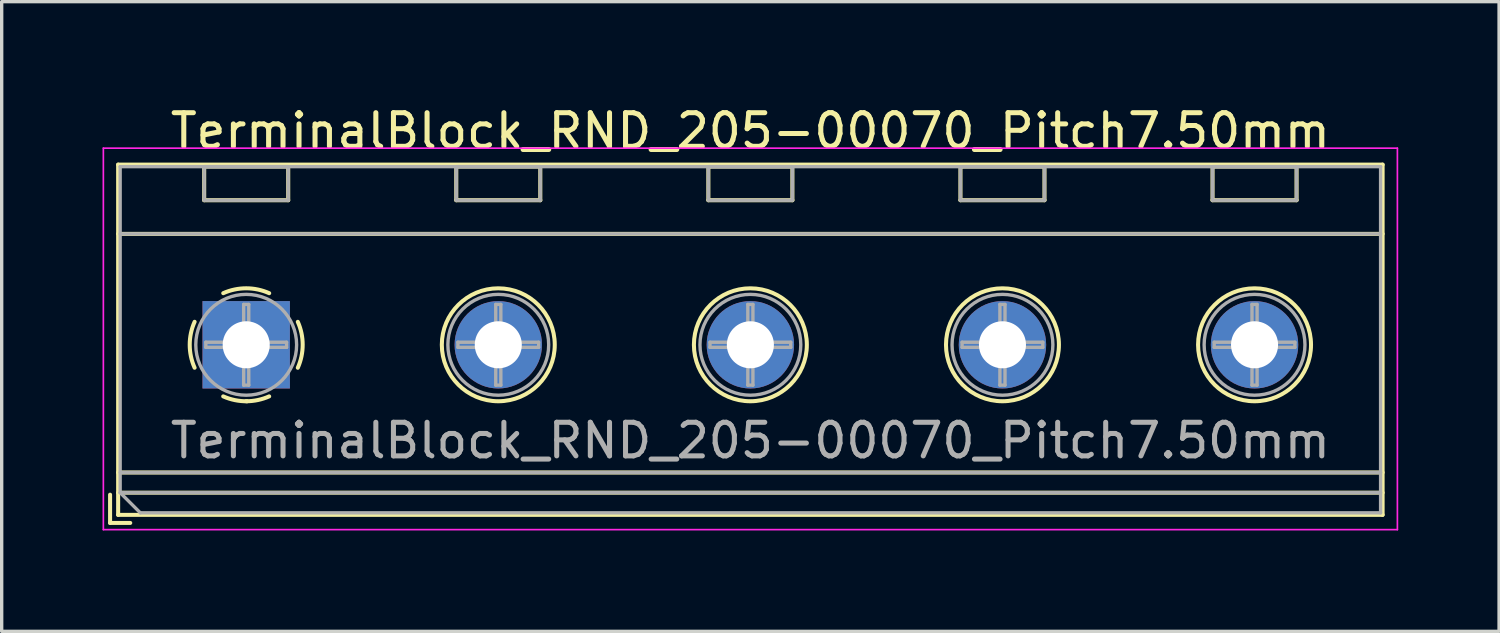
<source format=kicad_pcb>
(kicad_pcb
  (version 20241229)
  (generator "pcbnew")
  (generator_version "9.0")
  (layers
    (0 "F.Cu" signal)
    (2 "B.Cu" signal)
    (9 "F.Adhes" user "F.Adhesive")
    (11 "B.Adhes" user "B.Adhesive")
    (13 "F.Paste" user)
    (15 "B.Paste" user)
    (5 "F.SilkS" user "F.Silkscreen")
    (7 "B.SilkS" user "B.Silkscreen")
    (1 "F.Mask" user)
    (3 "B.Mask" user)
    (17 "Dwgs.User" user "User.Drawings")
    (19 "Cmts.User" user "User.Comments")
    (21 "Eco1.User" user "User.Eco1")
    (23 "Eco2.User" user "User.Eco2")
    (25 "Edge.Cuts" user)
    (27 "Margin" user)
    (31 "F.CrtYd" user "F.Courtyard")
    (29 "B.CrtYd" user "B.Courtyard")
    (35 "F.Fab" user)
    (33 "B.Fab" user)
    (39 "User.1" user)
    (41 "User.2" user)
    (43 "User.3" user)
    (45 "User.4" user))
  (footprint "TerminalBlock_RND_205-00070_Pitch7.50mm"
    (layer "F.Cu")
    (at 4.275 7.208)
    (property "Reference" "TerminalBlock_RND_205-00070_Pitch7.50mm" (at 15 -6.36 0) (layer "F.SilkS") (effects (font (size 1 1) (thickness 0.15))))
    (attr through_hole)
    (fp_line (start -4.05 4.46) (end -4.05 5.3) (stroke (width 0.12) (type solid)) (layer "F.SilkS"))
    (fp_line (start -4.05 5.3) (end -3.45 5.3) (stroke (width 0.12) (type solid)) (layer "F.SilkS"))
    (fp_line (start -3.81 -5.36) (end -3.81 5.06) (stroke (width 0.12) (type solid)) (layer "F.SilkS"))
    (fp_line (start -3.81 -3.3) (end 33.81 -3.3) (stroke (width 0.12) (type solid)) (layer "F.SilkS"))
    (fp_line (start -3.81 3.8) (end 33.81 3.8) (stroke (width 0.12) (type solid)) (layer "F.SilkS"))
    (fp_line (start -3.81 4.4) (end 33.81 4.4) (stroke (width 0.12) (type solid)) (layer "F.SilkS"))
    (fp_line (start -3.81 5.06) (end 33.81 5.06) (stroke (width 0.12) (type solid)) (layer "F.SilkS"))
    (fp_line (start -1.25 -5.301) (end -1.25 -4.301) (stroke (width 0.12) (type solid)) (layer "F.SilkS"))
    (fp_line (start -1.25 -5.301) (end 1.25 -5.301) (stroke (width 0.12) (type solid)) (layer "F.SilkS"))
    (fp_line (start -1.25 -4.301) (end 1.25 -4.301) (stroke (width 0.12) (type solid)) (layer "F.SilkS"))
    (fp_line (start 1.25 -5.301) (end 1.25 -4.301) (stroke (width 0.12) (type solid)) (layer "F.SilkS"))
    (fp_line (start 6.25 -5.301) (end 6.25 -4.301) (stroke (width 0.12) (type solid)) (layer "F.SilkS"))
    (fp_line (start 6.25 -5.301) (end 8.75 -5.301) (stroke (width 0.12) (type solid)) (layer "F.SilkS"))
    (fp_line (start 6.25 -4.301) (end 8.75 -4.301) (stroke (width 0.12) (type solid)) (layer "F.SilkS"))
    (fp_line (start 8.75 -5.301) (end 8.75 -4.301) (stroke (width 0.12) (type solid)) (layer "F.SilkS"))
    (fp_line (start 13.75 -5.301) (end 13.75 -4.301) (stroke (width 0.12) (type solid)) (layer "F.SilkS"))
    (fp_line (start 13.75 -5.301) (end 16.25 -5.301) (stroke (width 0.12) (type solid)) (layer "F.SilkS"))
    (fp_line (start 13.75 -4.301) (end 16.25 -4.301) (stroke (width 0.12) (type solid)) (layer "F.SilkS"))
    (fp_line (start 16.25 -5.301) (end 16.25 -4.301) (stroke (width 0.12) (type solid)) (layer "F.SilkS"))
    (fp_line (start 21.25 -5.301) (end 21.25 -4.301) (stroke (width 0.12) (type solid)) (layer "F.SilkS"))
    (fp_line (start 21.25 -5.301) (end 23.75 -5.301) (stroke (width 0.12) (type solid)) (layer "F.SilkS"))
    (fp_line (start 21.25 -4.301) (end 23.75 -4.301) (stroke (width 0.12) (type solid)) (layer "F.SilkS"))
    (fp_line (start 23.75 -5.301) (end 23.75 -4.301) (stroke (width 0.12) (type solid)) (layer "F.SilkS"))
    (fp_line (start 28.75 -5.301) (end 28.75 -4.301) (stroke (width 0.12) (type solid)) (layer "F.SilkS"))
    (fp_line (start 28.75 -5.301) (end 31.25 -5.301) (stroke (width 0.12) (type solid)) (layer "F.SilkS"))
    (fp_line (start 28.75 -4.301) (end 31.25 -4.301) (stroke (width 0.12) (type solid)) (layer "F.SilkS"))
    (fp_line (start 31.25 -5.301) (end 31.25 -4.301) (stroke (width 0.12) (type solid)) (layer "F.SilkS"))
    (fp_line (start 33.81 -5.36) (end -3.81 -5.36) (stroke (width 0.12) (type solid)) (layer "F.SilkS"))
    (fp_line (start 33.81 5.06) (end 33.81 -5.36) (stroke (width 0.12) (type solid)) (layer "F.SilkS"))
    (fp_arc (start -1.535427 0.683042) (mid -1.680501 -0.000524) (end -1.535 -0.684) (stroke (width 0.12) (type solid)) (layer "F.SilkS"))
    (fp_arc (start -0.683042 -1.535427) (mid 0.000524 -1.680501) (end 0.684 -1.535) (stroke (width 0.12) (type solid)) (layer "F.SilkS"))
    (fp_arc (start 0.028805 1.680253) (mid -0.335551 1.646659) (end -0.684 1.535) (stroke (width 0.12) (type solid)) (layer "F.SilkS"))
    (fp_arc (start 0.683318 1.534756) (mid 0.349292 1.643288) (end 0 1.68) (stroke (width 0.12) (type solid)) (layer "F.SilkS"))
    (fp_arc (start 1.535427 -0.683042) (mid 1.680501 0.000524) (end 1.535 0.684) (stroke (width 0.12) (type solid)) (layer "F.SilkS"))
    (fp_circle (center 7.5 0) (end 9.18 0) (stroke (width 0.12) (type solid)) (fill no) (layer "F.SilkS"))
    (fp_circle (center 15 0) (end 16.68 0) (stroke (width 0.12) (type solid)) (fill no) (layer "F.SilkS"))
    (fp_circle (center 22.5 0) (end 24.18 0) (stroke (width 0.12) (type solid)) (fill no) (layer "F.SilkS"))
    (fp_circle (center 30 0) (end 31.68 0) (stroke (width 0.12) (type solid)) (fill no) (layer "F.SilkS"))
    (fp_line (start -4.25 -5.85) (end -4.25 5.5) (stroke (width 0.05) (type solid)) (layer "F.CrtYd"))
    (fp_line (start -4.25 5.5) (end 34.25 5.5) (stroke (width 0.05) (type solid)) (layer "F.CrtYd"))
    (fp_line (start 34.25 -5.85) (end -4.25 -5.85) (stroke (width 0.05) (type solid)) (layer "F.CrtYd"))
    (fp_line (start 34.25 5.5) (end 34.25 -5.85) (stroke (width 0.05) (type solid)) (layer "F.CrtYd"))
    (fp_line (start -3.75 -5.3) (end 33.75 -5.3) (stroke (width 0.1) (type solid)) (layer "F.Fab"))
    (fp_line (start -3.75 -3.3) (end 33.75 -3.3) (stroke (width 0.1) (type solid)) (layer "F.Fab"))
    (fp_line (start -3.75 3.8) (end 33.75 3.8) (stroke (width 0.1) (type solid)) (layer "F.Fab"))
    (fp_line (start -3.75 4.4) (end -3.75 -5.3) (stroke (width 0.1) (type solid)) (layer "F.Fab"))
    (fp_line (start -3.75 4.4) (end 33.75 4.4) (stroke (width 0.1) (type solid)) (layer "F.Fab"))
    (fp_line (start -3.15 5) (end -3.75 4.4) (stroke (width 0.1) (type solid)) (layer "F.Fab"))
    (fp_line (start -1.25 -5.3) (end -1.25 -4.3) (stroke (width 0.1) (type solid)) (layer "F.Fab"))
    (fp_line (start -1.25 -4.3) (end 1.25 -4.3) (stroke (width 0.1) (type solid)) (layer "F.Fab"))
    (fp_line (start -1.201 -0.076) (end -0.076 -0.076) (stroke (width 0.1) (type solid)) (layer "F.Fab"))
    (fp_line (start -1.201 0.076) (end -1.201 -0.076) (stroke (width 0.1) (type solid)) (layer "F.Fab"))
    (fp_line (start -0.076 -1.201) (end 0.076 -1.201) (stroke (width 0.1) (type solid)) (layer "F.Fab"))
    (fp_line (start -0.076 -0.076) (end -0.076 -1.201) (stroke (width 0.1) (type solid)) (layer "F.Fab"))
    (fp_line (start -0.076 0.076) (end -1.201 0.076) (stroke (width 0.1) (type solid)) (layer "F.Fab"))
    (fp_line (start -0.076 1.201) (end -0.076 0.076) (stroke (width 0.1) (type solid)) (layer "F.Fab"))
    (fp_line (start 0.076 -1.201) (end 0.076 -0.076) (stroke (width 0.1) (type solid)) (layer "F.Fab"))
    (fp_line (start 0.076 -0.076) (end 1.201 -0.076) (stroke (width 0.1) (type solid)) (layer "F.Fab"))
    (fp_line (start 0.076 0.076) (end 0.076 1.201) (stroke (width 0.1) (type solid)) (layer "F.Fab"))
    (fp_line (start 0.076 1.201) (end -0.076 1.201) (stroke (width 0.1) (type solid)) (layer "F.Fab"))
    (fp_line (start 1.201 -0.076) (end 1.201 0.076) (stroke (width 0.1) (type solid)) (layer "F.Fab"))
    (fp_line (start 1.201 0.076) (end 0.076 0.076) (stroke (width 0.1) (type solid)) (layer "F.Fab"))
    (fp_line (start 1.25 -5.3) (end -1.25 -5.3) (stroke (width 0.1) (type solid)) (layer "F.Fab"))
    (fp_line (start 1.25 -4.3) (end 1.25 -5.3) (stroke (width 0.1) (type solid)) (layer "F.Fab"))
    (fp_line (start 6.25 -5.3) (end 6.25 -4.3) (stroke (width 0.1) (type solid)) (layer "F.Fab"))
    (fp_line (start 6.25 -4.3) (end 8.75 -4.3) (stroke (width 0.1) (type solid)) (layer "F.Fab"))
    (fp_line (start 6.299 -0.076) (end 7.424 -0.076) (stroke (width 0.1) (type solid)) (layer "F.Fab"))
    (fp_line (start 6.299 0.076) (end 6.299 -0.076) (stroke (width 0.1) (type solid)) (layer "F.Fab"))
    (fp_line (start 7.424 -1.201) (end 7.576 -1.201) (stroke (width 0.1) (type solid)) (layer "F.Fab"))
    (fp_line (start 7.424 -0.076) (end 7.424 -1.201) (stroke (width 0.1) (type solid)) (layer "F.Fab"))
    (fp_line (start 7.424 0.076) (end 6.299 0.076) (stroke (width 0.1) (type solid)) (layer "F.Fab"))
    (fp_line (start 7.424 1.201) (end 7.424 0.076) (stroke (width 0.1) (type solid)) (layer "F.Fab"))
    (fp_line (start 7.576 -1.201) (end 7.576 -0.076) (stroke (width 0.1) (type solid)) (layer "F.Fab"))
    (fp_line (start 7.576 -0.076) (end 8.701 -0.076) (stroke (width 0.1) (type solid)) (layer "F.Fab"))
    (fp_line (start 7.576 0.076) (end 7.576 1.201) (stroke (width 0.1) (type solid)) (layer "F.Fab"))
    (fp_line (start 7.576 1.201) (end 7.424 1.201) (stroke (width 0.1) (type solid)) (layer "F.Fab"))
    (fp_line (start 8.701 -0.076) (end 8.701 0.076) (stroke (width 0.1) (type solid)) (layer "F.Fab"))
    (fp_line (start 8.701 0.076) (end 7.576 0.076) (stroke (width 0.1) (type solid)) (layer "F.Fab"))
    (fp_line (start 8.75 -5.3) (end 6.25 -5.3) (stroke (width 0.1) (type solid)) (layer "F.Fab"))
    (fp_line (start 8.75 -4.3) (end 8.75 -5.3) (stroke (width 0.1) (type solid)) (layer "F.Fab"))
    (fp_line (start 13.75 -5.3) (end 13.75 -4.3) (stroke (width 0.1) (type solid)) (layer "F.Fab"))
    (fp_line (start 13.75 -4.3) (end 16.25 -4.3) (stroke (width 0.1) (type solid)) (layer "F.Fab"))
    (fp_line (start 13.799 -0.076) (end 14.924 -0.076) (stroke (width 0.1) (type solid)) (layer "F.Fab"))
    (fp_line (start 13.799 0.076) (end 13.799 -0.076) (stroke (width 0.1) (type solid)) (layer "F.Fab"))
    (fp_line (start 14.924 -1.201) (end 15.076 -1.201) (stroke (width 0.1) (type solid)) (layer "F.Fab"))
    (fp_line (start 14.924 -0.076) (end 14.924 -1.201) (stroke (width 0.1) (type solid)) (layer "F.Fab"))
    (fp_line (start 14.924 0.076) (end 13.799 0.076) (stroke (width 0.1) (type solid)) (layer "F.Fab"))
    (fp_line (start 14.924 1.201) (end 14.924 0.076) (stroke (width 0.1) (type solid)) (layer "F.Fab"))
    (fp_line (start 15.076 -1.201) (end 15.076 -0.076) (stroke (width 0.1) (type solid)) (layer "F.Fab"))
    (fp_line (start 15.076 -0.076) (end 16.201 -0.076) (stroke (width 0.1) (type solid)) (layer "F.Fab"))
    (fp_line (start 15.076 0.076) (end 15.076 1.201) (stroke (width 0.1) (type solid)) (layer "F.Fab"))
    (fp_line (start 15.076 1.201) (end 14.924 1.201) (stroke (width 0.1) (type solid)) (layer "F.Fab"))
    (fp_line (start 16.201 -0.076) (end 16.201 0.076) (stroke (width 0.1) (type solid)) (layer "F.Fab"))
    (fp_line (start 16.201 0.076) (end 15.076 0.076) (stroke (width 0.1) (type solid)) (layer "F.Fab"))
    (fp_line (start 16.25 -5.3) (end 13.75 -5.3) (stroke (width 0.1) (type solid)) (layer "F.Fab"))
    (fp_line (start 16.25 -4.3) (end 16.25 -5.3) (stroke (width 0.1) (type solid)) (layer "F.Fab"))
    (fp_line (start 21.25 -5.3) (end 21.25 -4.3) (stroke (width 0.1) (type solid)) (layer "F.Fab"))
    (fp_line (start 21.25 -4.3) (end 23.75 -4.3) (stroke (width 0.1) (type solid)) (layer "F.Fab"))
    (fp_line (start 21.299 -0.076) (end 22.424 -0.076) (stroke (width 0.1) (type solid)) (layer "F.Fab"))
    (fp_line (start 21.299 0.076) (end 21.299 -0.076) (stroke (width 0.1) (type solid)) (layer "F.Fab"))
    (fp_line (start 22.424 -1.201) (end 22.576 -1.201) (stroke (width 0.1) (type solid)) (layer "F.Fab"))
    (fp_line (start 22.424 -0.076) (end 22.424 -1.201) (stroke (width 0.1) (type solid)) (layer "F.Fab"))
    (fp_line (start 22.424 0.076) (end 21.299 0.076) (stroke (width 0.1) (type solid)) (layer "F.Fab"))
    (fp_line (start 22.424 1.201) (end 22.424 0.076) (stroke (width 0.1) (type solid)) (layer "F.Fab"))
    (fp_line (start 22.576 -1.201) (end 22.576 -0.076) (stroke (width 0.1) (type solid)) (layer "F.Fab"))
    (fp_line (start 22.576 -0.076) (end 23.701 -0.076) (stroke (width 0.1) (type solid)) (layer "F.Fab"))
    (fp_line (start 22.576 0.076) (end 22.576 1.201) (stroke (width 0.1) (type solid)) (layer "F.Fab"))
    (fp_line (start 22.576 1.201) (end 22.424 1.201) (stroke (width 0.1) (type solid)) (layer "F.Fab"))
    (fp_line (start 23.701 -0.076) (end 23.701 0.076) (stroke (width 0.1) (type solid)) (layer "F.Fab"))
    (fp_line (start 23.701 0.076) (end 22.576 0.076) (stroke (width 0.1) (type solid)) (layer "F.Fab"))
    (fp_line (start 23.75 -5.3) (end 21.25 -5.3) (stroke (width 0.1) (type solid)) (layer "F.Fab"))
    (fp_line (start 23.75 -4.3) (end 23.75 -5.3) (stroke (width 0.1) (type solid)) (layer "F.Fab"))
    (fp_line (start 28.75 -5.3) (end 28.75 -4.3) (stroke (width 0.1) (type solid)) (layer "F.Fab"))
    (fp_line (start 28.75 -4.3) (end 31.25 -4.3) (stroke (width 0.1) (type solid)) (layer "F.Fab"))
    (fp_line (start 28.799 -0.076) (end 29.924 -0.076) (stroke (width 0.1) (type solid)) (layer "F.Fab"))
    (fp_line (start 28.799 0.076) (end 28.799 -0.076) (stroke (width 0.1) (type solid)) (layer "F.Fab"))
    (fp_line (start 29.924 -1.201) (end 30.076 -1.201) (stroke (width 0.1) (type solid)) (layer "F.Fab"))
    (fp_line (start 29.924 -0.076) (end 29.924 -1.201) (stroke (width 0.1) (type solid)) (layer "F.Fab"))
    (fp_line (start 29.924 0.076) (end 28.799 0.076) (stroke (width 0.1) (type solid)) (layer "F.Fab"))
    (fp_line (start 29.924 1.201) (end 29.924 0.076) (stroke (width 0.1) (type solid)) (layer "F.Fab"))
    (fp_line (start 30.076 -1.201) (end 30.076 -0.076) (stroke (width 0.1) (type solid)) (layer "F.Fab"))
    (fp_line (start 30.076 -0.076) (end 31.201 -0.076) (stroke (width 0.1) (type solid)) (layer "F.Fab"))
    (fp_line (start 30.076 0.076) (end 30.076 1.201) (stroke (width 0.1) (type solid)) (layer "F.Fab"))
    (fp_line (start 30.076 1.201) (end 29.924 1.201) (stroke (width 0.1) (type solid)) (layer "F.Fab"))
    (fp_line (start 31.201 -0.076) (end 31.201 0.076) (stroke (width 0.1) (type solid)) (layer "F.Fab"))
    (fp_line (start 31.201 0.076) (end 30.076 0.076) (stroke (width 0.1) (type solid)) (layer "F.Fab"))
    (fp_line (start 31.25 -5.3) (end 28.75 -5.3) (stroke (width 0.1) (type solid)) (layer "F.Fab"))
    (fp_line (start 31.25 -4.3) (end 31.25 -5.3) (stroke (width 0.1) (type solid)) (layer "F.Fab"))
    (fp_line (start 33.75 -5.3) (end 33.75 5) (stroke (width 0.1) (type solid)) (layer "F.Fab"))
    (fp_line (start 33.75 5) (end -3.15 5) (stroke (width 0.1) (type solid)) (layer "F.Fab"))
    (fp_circle (center 0 0) (end 1.5 0) (stroke (width 0.1) (type solid)) (fill no) (layer "F.Fab"))
    (fp_circle (center 7.5 0) (end 9 0) (stroke (width 0.1) (type solid)) (fill no) (layer "F.Fab"))
    (fp_circle (center 15 0) (end 16.5 0) (stroke (width 0.1) (type solid)) (fill no) (layer "F.Fab"))
    (fp_circle (center 22.5 0) (end 24 0) (stroke (width 0.1) (type solid)) (fill no) (layer "F.Fab"))
    (fp_circle (center 30 0) (end 31.5 0) (stroke (width 0.1) (type solid)) (fill no) (layer "F.Fab"))
    (fp_text user "${REFERENCE}" (at 15 2.85 0) (layer "F.Fab") (effects (font (size 1 1) (thickness 0.15))))
    (pad "1" thru_hole rect (at 0 0) (size 2.6 2.6) (drill 1.4) (layers "*.Cu" "*.Mask"))
    (pad "2" thru_hole circle (at 7.5 0) (size 2.6 2.6) (drill 1.4) (layers "*.Cu" "*.Mask"))
    (pad "3" thru_hole circle (at 15 0) (size 2.6 2.6) (drill 1.4) (layers "*.Cu" "*.Mask"))
    (pad "4" thru_hole circle (at 22.5 0) (size 2.6 2.6) (drill 1.4) (layers "*.Cu" "*.Mask"))
    (pad "5" thru_hole circle (at 30 0) (size 2.6 2.6) (drill 1.4) (layers "*.Cu" "*.Mask")))
  (gr_rect
    (start -3 -3)
    (end 41.55 15.733)
    (stroke (width 0.1) (type default))
    (fill no)
    (layer "Edge.Cuts")))
</source>
